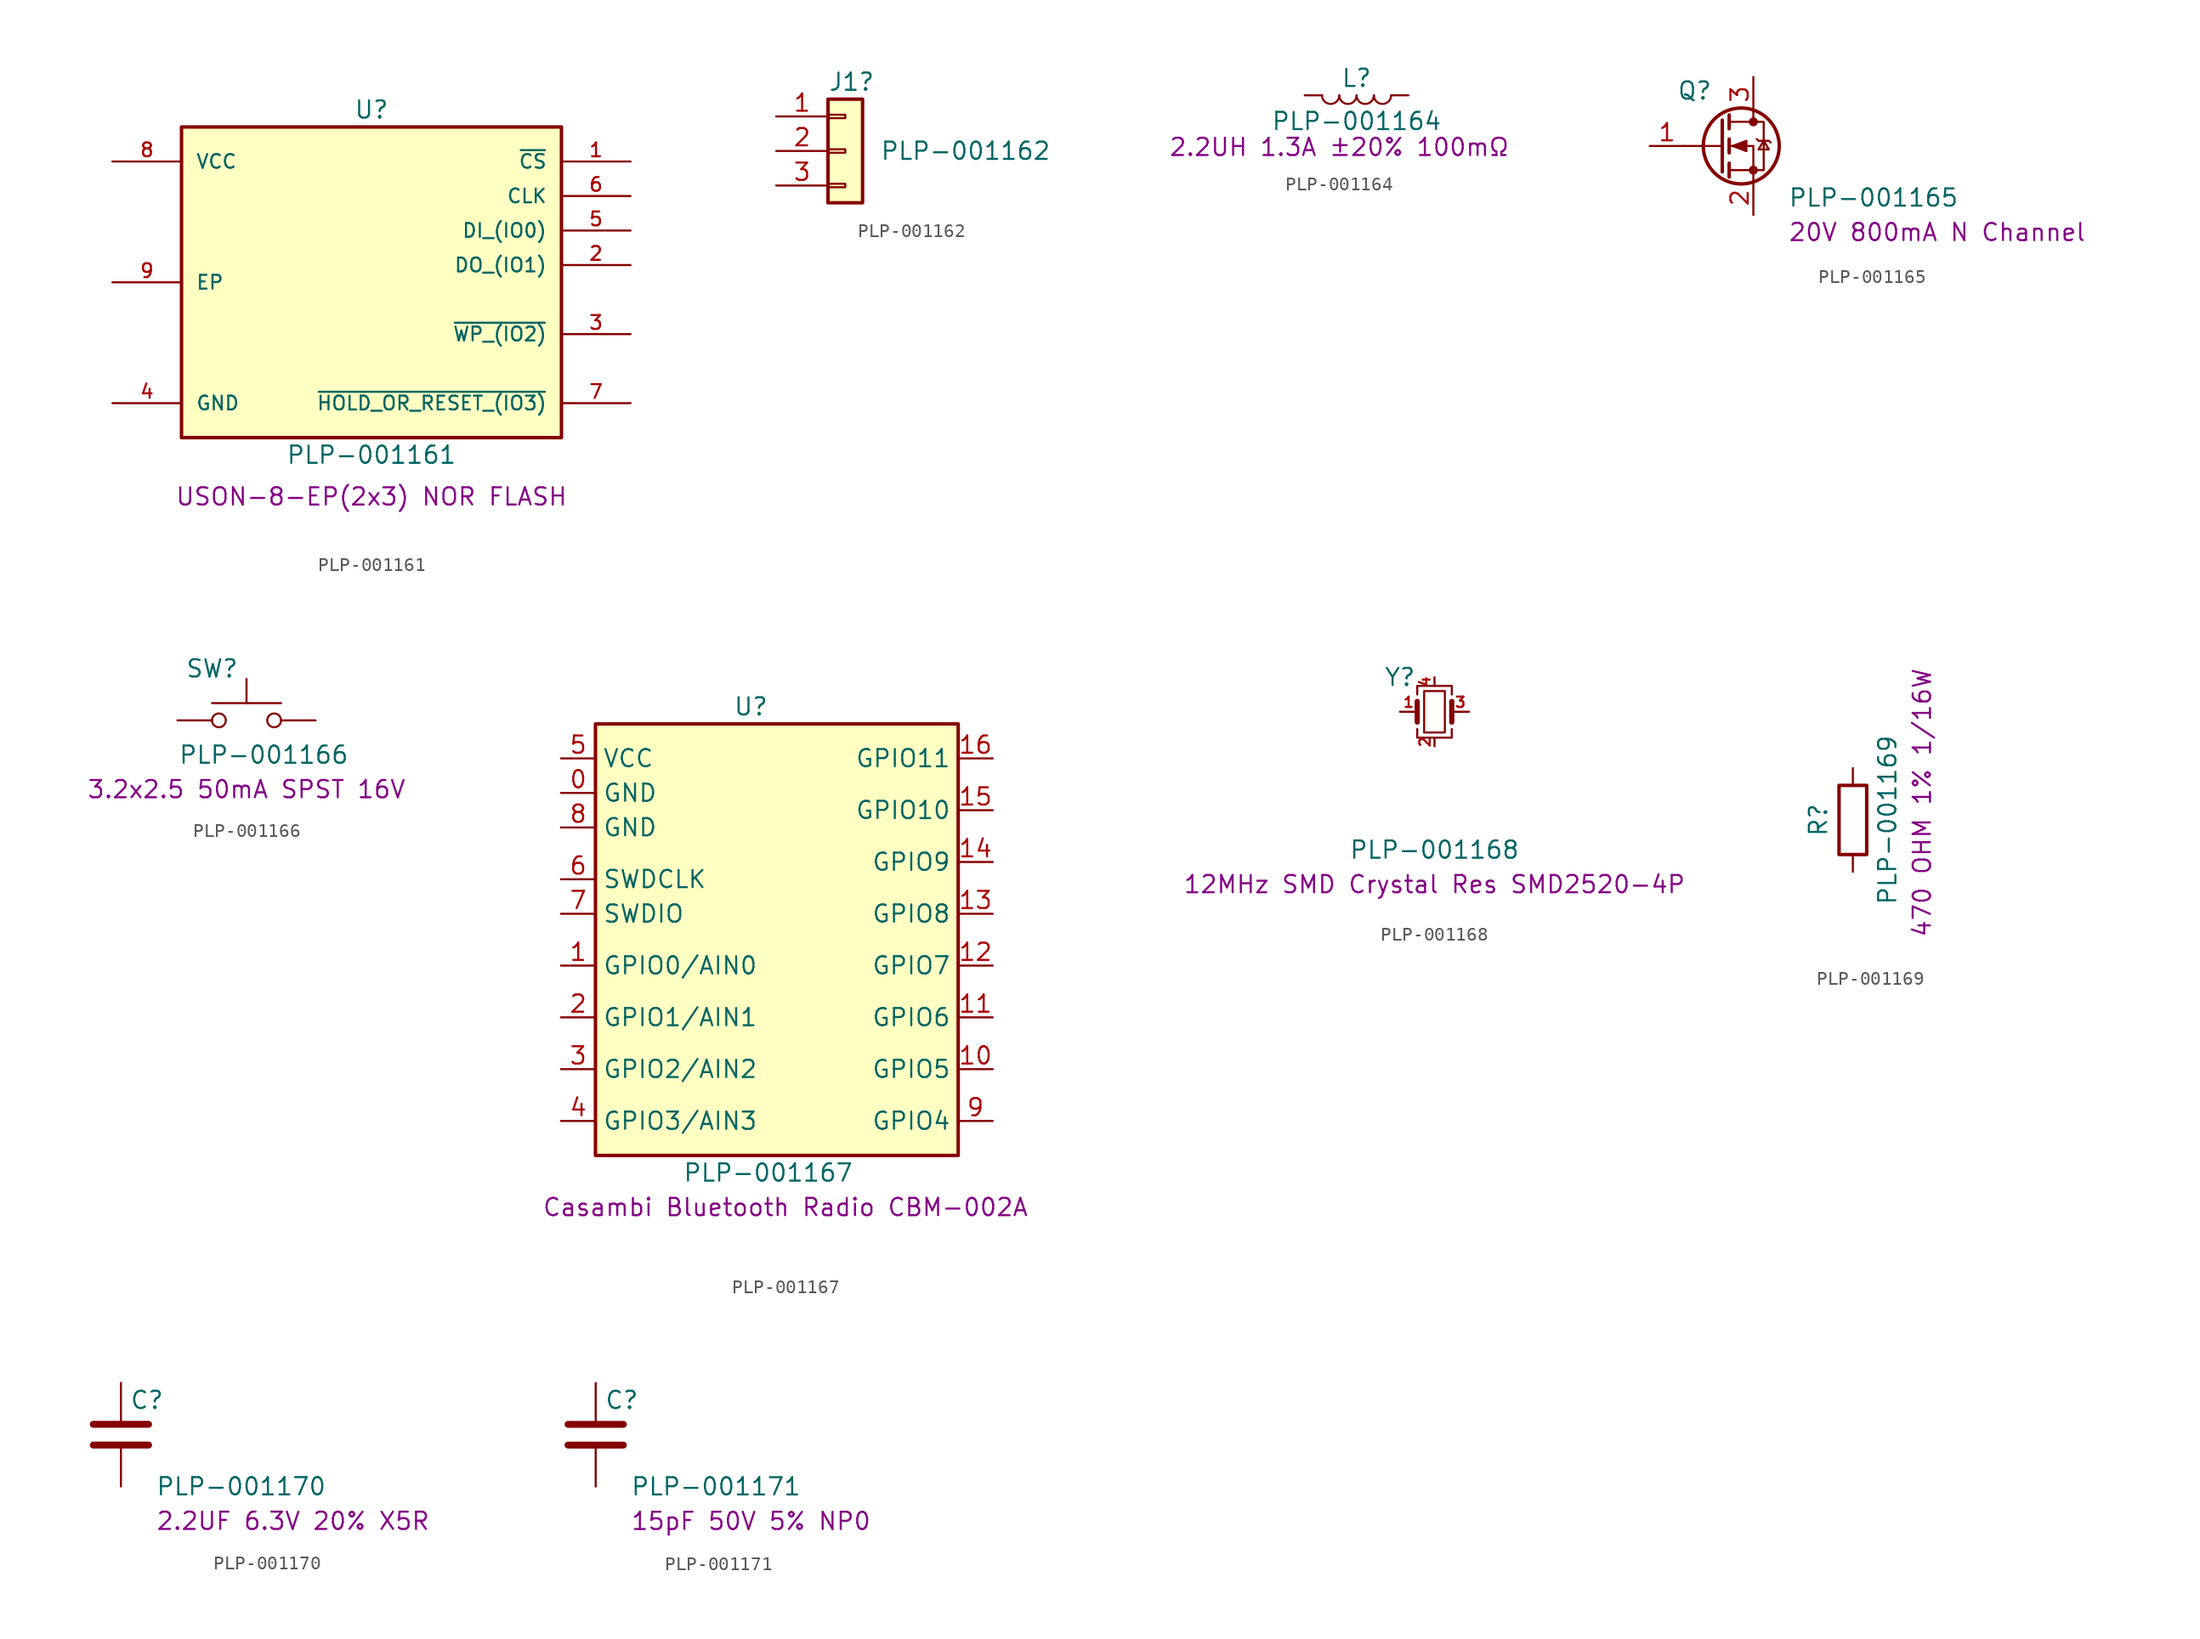
<source format=kicad_sym>
(kicad_symbol_lib
  (version 20241209)
  (generator "kicad_symbol_editor")
  (generator_version "9.0")
  (symbol "PLP-001161"
    (pin_names
      (offset 1.016))
    (property "Reference" "U"
      (at 19.05 3.81 0)
      (effects (font (size 1.27 1.27))))
    (property "Value" "PLP-001161"
      (at 19.05 -21.59 0)
      (effects (font (size 1.27 1.27))))
    (property "Description" "USON-8-EP(2x3) NOR FLASH"
      (at 19.05 -25.4 0)
      (effects (font (size 1.27 1.27)) (justify bottom)))
    (symbol "PLP-001161_0_0"
      (rectangle (start 5.08 2.54) (end 33.02 -20.32) (stroke (width 0.254) (type default)) (fill (type background)))
      (pin bidirectional line (at 0 0 0) (length 5.08) (name "VCC" (effects (font (size 1.016 1.016)))) (number "8" (effects (font (size 1.016 1.016)))))
      (pin bidirectional line (at 0 -8.89 0) (length 5.08) (name "EP" (effects (font (size 1.016 1.016)))) (number "9" (effects (font (size 1.016 1.016)))))
      (pin bidirectional line (at 0 -17.78 0) (length 5.08) (name "GND" (effects (font (size 1.016 1.016)))) (number "4" (effects (font (size 1.016 1.016)))))
      (pin bidirectional line (at 38.1 0 180) (length 5.08) (name "~{CS}" (effects (font (size 1.016 1.016)))) (number "1" (effects (font (size 1.016 1.016)))))
      (pin bidirectional line (at 38.1 -2.54 180) (length 5.08) (name "CLK" (effects (font (size 1.016 1.016)))) (number "6" (effects (font (size 1.016 1.016)))))
      (pin bidirectional line (at 38.1 -5.08 180) (length 5.08) (name "DI_(IO0)" (effects (font (size 1.016 1.016)))) (number "5" (effects (font (size 1.016 1.016)))))
      (pin bidirectional line (at 38.1 -7.62 180) (length 5.08) (name "DO_(IO1)" (effects (font (size 1.016 1.016)))) (number "2" (effects (font (size 1.016 1.016)))))
      (pin bidirectional line (at 38.1 -12.7 180) (length 5.08) (name "~{WP_(IO2)}" (effects (font (size 1.016 1.016)))) (number "3" (effects (font (size 1.016 1.016)))))
      (pin bidirectional line (at 38.1 -17.78 180) (length 5.08) (name "~{HOLD_OR_RESET_(IO3)}" (effects (font (size 1.016 1.016)))) (number "7" (effects (font (size 1.016 1.016)))))))
  (symbol "PLP-001162"
    (pin_names
      (offset 1.016)
      (hide yes))
    (property "Reference" "J1"
      (at -1.27 5.08 0)
      (effects (font (size 1.27 1.27)) (justify left)))
    (property "Value" "PLP-001162"
      (at 2.54 0 0)
      (effects (font (size 1.27 1.27)) (justify left)))
    (symbol "PLP-001162_1_1"
      (rectangle (start -1.27 3.81) (end 1.27 -3.81) (stroke (width 0.254) (type default)) (fill (type background)))
      (rectangle (start -1.27 2.667) (end 0 2.413) (stroke (width 0.152) (type default)) (fill (type none)))
      (rectangle (start -1.27 0.127) (end 0 -0.127) (stroke (width 0.152) (type default)) (fill (type none)))
      (rectangle (start -1.27 -2.413) (end 0 -2.667) (stroke (width 0.152) (type default)) (fill (type none)))
      (pin passive line (at -5.08 2.54 0) (length 3.81) (name "Pin_1" (effects (font (size 1.27 1.27)))) (number "1" (effects (font (size 1.27 1.27)))))
      (pin passive line (at -5.08 0 0) (length 3.81) (name "Pin_2" (effects (font (size 1.27 1.27)))) (number "2" (effects (font (size 1.27 1.27)))))
      (pin passive line (at -5.08 -2.54 0) (length 3.81) (name "Pin_3" (effects (font (size 1.27 1.27)))) (number "3" (effects (font (size 1.27 1.27)))))))
  (symbol "PLP-001164"
    (pin_numbers
      (hide yes))
    (pin_names
      (offset 1.016)
      (hide yes))
    (property "Reference" "L"
      (at 2.54 3.81 0)
      (effects (font (size 1.27 1.27))))
    (property "Value" "PLP-001164"
      (at 2.54 0.635 0)
      (effects (font (size 1.27 1.27))))
    (property "Info" "2.2UH 1.3A ±20% 100mΩ"
      (at 1.27 -1.27 0)
      (effects (font (size 1.27 1.27))))
    (symbol "PLP-001164_0_1"
      (arc (start 1.27 2.54) (mid 0.635 1.9077) (end 0 2.54) (stroke (width 0) (type default)) (fill (type none)))
      (arc (start 2.54 2.54) (mid 1.905 1.9077) (end 1.27 2.54) (stroke (width 0) (type default)) (fill (type none)))
      (arc (start 3.81 2.54) (mid 3.175 1.9077) (end 2.54 2.54) (stroke (width 0) (type default)) (fill (type none)))
      (arc (start 5.08 2.54) (mid 4.445 1.9077) (end 3.81 2.54) (stroke (width 0) (type default)) (fill (type none))))
    (symbol "PLP-001164_1_1"
      (pin passive line (at -1.27 2.54 0) (length 1.27) (name "2" (effects (font (size 1.27 1.27)))) (number "2" (effects (font (size 1.27 1.27)))))
      (pin passive line (at 6.35 2.54 180) (length 1.27) (name "1" (effects (font (size 1.27 1.27)))) (number "1" (effects (font (size 1.27 1.27)))))))
  (symbol "PLP-001165"
    (pin_names
      (hide yes))
    (property "Reference" "Q"
      (at -1.778 4.064 0)
      (effects (font (size 1.27 1.27))))
    (property "Value" "PLP-001165"
      (at 5.08 -3.81 0)
      (effects (font (size 1.27 1.27)) (justify left)))
    (property "Info" "20V 800mA N Channel "
      (at 5.08 -6.35 0)
      (effects (font (size 1.27 1.27)) (justify left)))
    (symbol "PLP-001165_0_1"
      (polyline (pts (xy 0.254 1.905) (xy 0.254 -1.905)) (stroke (width 0.254) (type default)) (fill (type none)))
      (polyline (pts (xy 0.254 0) (xy -2.54 0)) (stroke (width 0) (type default)) (fill (type none)))
      (polyline (pts (xy 0.762 2.286) (xy 0.762 1.27)) (stroke (width 0.254) (type default)) (fill (type none)))
      (polyline (pts (xy 0.762 0.508) (xy 0.762 -0.508)) (stroke (width 0.254) (type default)) (fill (type none)))
      (polyline (pts (xy 0.762 -1.27) (xy 0.762 -2.286)) (stroke (width 0.254) (type default)) (fill (type none)))
      (polyline (pts (xy 0.762 -1.778) (xy 3.302 -1.778) (xy 3.302 1.778) (xy 0.762 1.778)) (stroke (width 0) (type default)) (fill (type none)))
      (polyline (pts (xy 1.016 0) (xy 2.032 0.381) (xy 2.032 -0.381) (xy 1.016 0)) (stroke (width 0) (type default)) (fill (type outline)))
      (circle (center 1.651 0) (radius 2.794) (stroke (width 0.254) (type default)) (fill (type none)))
      (polyline (pts (xy 2.54 2.54) (xy 2.54 1.778)) (stroke (width 0) (type default)) (fill (type none)))
      (circle (center 2.54 1.778) (radius 0.254) (stroke (width 0) (type default)) (fill (type outline)))
      (circle (center 2.54 -1.778) (radius 0.254) (stroke (width 0) (type default)) (fill (type outline)))
      (polyline (pts (xy 2.54 -2.54) (xy 2.54 0) (xy 0.762 0)) (stroke (width 0) (type default)) (fill (type none)))
      (polyline (pts (xy 2.794 0.508) (xy 2.921 0.381) (xy 3.683 0.381) (xy 3.81 0.254)) (stroke (width 0) (type default)) (fill (type none)))
      (polyline (pts (xy 3.302 0.381) (xy 2.921 -0.254) (xy 3.683 -0.254) (xy 3.302 0.381)) (stroke (width 0) (type default)) (fill (type none))))
    (symbol "PLP-001165_1_1"
      (pin input line (at -5.08 0 0) (length 2.54) (name "G" (effects (font (size 1.27 1.27)))) (number "1" (effects (font (size 1.27 1.27)))))
      (pin passive line (at 2.54 5.08 270) (length 2.54) (name "D" (effects (font (size 1.27 1.27)))) (number "3" (effects (font (size 1.27 1.27)))))
      (pin passive line (at 2.54 -5.08 90) (length 2.54) (name "S" (effects (font (size 1.27 1.27)))) (number "2" (effects (font (size 1.27 1.27)))))))
  (symbol "PLP-001166"
    (pin_numbers
      (hide yes))
    (pin_names
      (offset 1.016)
      (hide yes))
    (property "Reference" "SW"
      (at -2.54 3.81 0)
      (effects (font (size 1.27 1.27))))
    (property "Value" "PLP-001166"
      (at 1.27 -2.54 0)
      (effects (font (size 1.27 1.27))))
    (property "Info" "3.2x2.5 50mA SPST 16V"
      (at 0 -5.08 0)
      (effects (font (size 1.27 1.27))))
    (symbol "PLP-001166_0_1"
      (circle (center -2.032 0) (radius 0.508) (stroke (width 0) (type default)) (fill (type none)))
      (polyline (pts (xy 0 1.27) (xy 0 3.048)) (stroke (width 0) (type default)) (fill (type none)))
      (circle (center 2.032 0) (radius 0.508) (stroke (width 0) (type default)) (fill (type none)))
      (polyline (pts (xy 2.54 1.27) (xy -2.54 1.27)) (stroke (width 0) (type default)) (fill (type none)))
      (pin passive line (at -5.08 0 0) (length 2.54) (name "1" (effects (font (size 1.27 1.27)))) (number "1" (effects (font (size 1.27 1.27)))))
      (pin passive line (at 5.08 0 180) (length 2.54) (name "2" (effects (font (size 1.27 1.27)))) (number "2" (effects (font (size 1.27 1.27)))))))
  (symbol "PLP-001167"
    (property "Reference" "U"
      (at -1.27 16.51 0)
      (effects (font (size 1.27 1.27))))
    (property "Value" "PLP-001167"
      (at 0 -17.78 0)
      (effects (font (size 1.27 1.27))))
    (property "Info" "Casambi Bluetooth Radio CBM-002A"
      (at 1.27 -20.32 0)
      (effects (font (size 1.27 1.27))))
    (symbol "PLP-001167_0_1"
      (rectangle (start -12.7 15.24) (end 13.97 -16.51) (stroke (width 0.254) (type default)) (fill (type background))))
    (symbol "PLP-001167_1_1"
      (pin input line (at -15.24 12.7 0) (length 2.54) (name "VCC" (effects (font (size 1.27 1.27)))) (number "5" (effects (font (size 1.27 1.27)))))
      (pin input line (at -15.24 10.16 0) (length 2.54) (name "GND" (effects (font (size 1.27 1.27)))) (number "0" (effects (font (size 1.27 1.27)))))
      (pin input line (at -15.24 7.62 0) (length 2.54) (name "GND" (effects (font (size 1.27 1.27)))) (number "8" (effects (font (size 1.27 1.27)))))
      (pin input line (at -15.24 3.81 0) (length 2.54) (name "SWDCLK" (effects (font (size 1.27 1.27)))) (number "6" (effects (font (size 1.27 1.27)))))
      (pin input line (at -15.24 1.27 0) (length 2.54) (name "SWDIO" (effects (font (size 1.27 1.27)))) (number "7" (effects (font (size 1.27 1.27)))))
      (pin input line (at -15.24 -2.54 0) (length 2.54) (name "GPIO0/AIN0" (effects (font (size 1.27 1.27)))) (number "1" (effects (font (size 1.27 1.27)))))
      (pin input line (at -15.24 -6.35 0) (length 2.54) (name "GPIO1/AIN1" (effects (font (size 1.27 1.27)))) (number "2" (effects (font (size 1.27 1.27)))))
      (pin input line (at -15.24 -10.16 0) (length 2.54) (name "GPIO2/AIN2" (effects (font (size 1.27 1.27)))) (number "3" (effects (font (size 1.27 1.27)))))
      (pin input line (at -15.24 -13.97 0) (length 2.54) (name "GPIO3/AIN3" (effects (font (size 1.27 1.27)))) (number "4" (effects (font (size 1.27 1.27)))))
      (pin input line (at 16.51 12.7 180) (length 2.54) (name "GPIO11" (effects (font (size 1.27 1.27)))) (number "16" (effects (font (size 1.27 1.27)))))
      (pin input line (at 16.51 8.89 180) (length 2.54) (name "GPIO10" (effects (font (size 1.27 1.27)))) (number "15" (effects (font (size 1.27 1.27)))))
      (pin input line (at 16.51 5.08 180) (length 2.54) (name "GPIO9" (effects (font (size 1.27 1.27)))) (number "14" (effects (font (size 1.27 1.27)))))
      (pin input line (at 16.51 1.27 180) (length 2.54) (name "GPIO8" (effects (font (size 1.27 1.27)))) (number "13" (effects (font (size 1.27 1.27)))))
      (pin input line (at 16.51 -2.54 180) (length 2.54) (name "GPIO7" (effects (font (size 1.27 1.27)))) (number "12" (effects (font (size 1.27 1.27)))))
      (pin input line (at 16.51 -6.35 180) (length 2.54) (name "GPIO6" (effects (font (size 1.27 1.27)))) (number "11" (effects (font (size 1.27 1.27)))))
      (pin input line (at 16.51 -10.16 180) (length 2.54) (name "GPIO5" (effects (font (size 1.27 1.27)))) (number "10" (effects (font (size 1.27 1.27)))))
      (pin input line (at 16.51 -13.97 180) (length 2.54) (name "GPIO4" (effects (font (size 1.27 1.27)))) (number "9" (effects (font (size 1.27 1.27)))))))
  (symbol "PLP-001168"
    (pin_names
      (offset 1.016)
      (hide yes))
    (property "Reference" "Y"
      (at -2.54 2.54 0)
      (effects (font (size 1.27 1.27))))
    (property "Value" "PLP-001168"
      (at 0 -10.16 0)
      (effects (font (size 1.27 1.27))))
    (property "Info" "12MHz SMD Crystal Res SMD2520-4P"
      (at 0 -12.7 0)
      (effects (font (size 1.27 1.27))))
    (symbol "PLP-001168_0_1"
      (polyline (pts (xy -1.27 1.27) (xy -1.27 1.905) (xy 1.27 1.905) (xy 1.27 1.27)) (stroke (width 0) (type default)) (fill (type none)))
      (polyline (pts (xy -1.27 -0.762) (xy -1.27 0.762)) (stroke (width 0.381) (type default)) (fill (type none)))
      (polyline (pts (xy -1.27 -1.27) (xy -1.27 -1.905) (xy 1.27 -1.905) (xy 1.27 -1.27)) (stroke (width 0) (type default)) (fill (type none)))
      (rectangle (start -0.762 -1.524) (end 0.762 1.524) (stroke (width 0) (type default)) (fill (type none)))
      (polyline (pts (xy 1.27 -0.762) (xy 1.27 0.762)) (stroke (width 0.381) (type default)) (fill (type none))))
    (symbol "PLP-001168_1_1"
      (pin passive line (at -2.54 0 0) (length 1.27) (name "1" (effects (font (size 1.27 1.27)))) (number "1" (effects (font (size 0.762 0.762)))))
      (pin passive line (at 0 2.54 270) (length 0.635) (name "4" (effects (font (size 1.27 1.27)))) (number "4" (effects (font (size 0.762 0.762)))))
      (pin passive line (at 0 -2.54 90) (length 0.635) (name "2" (effects (font (size 1.27 1.27)))) (number "2" (effects (font (size 0.762 0.762)))))
      (pin passive line (at 2.54 0 180) (length 1.27) (name "3" (effects (font (size 1.27 1.27)))) (number "3" (effects (font (size 0.762 0.762)))))))
  (symbol "PLP-001169"
    (pin_numbers
      (hide yes))
    (pin_names
      (offset 0))
    (property "Reference" "R"
      (at -2.54 0 90)
      (effects (font (size 1.27 1.27))))
    (property "Value" "PLP-001169"
      (at 2.54 0 90)
      (effects (font (size 1.27 1.27))))
    (property "Info" "470 OHM 1% 1/16W"
      (at 5.08 1.27 90)
      (effects (font (size 1.27 1.27))))
    (symbol "PLP-001169_0_1"
      (rectangle (start -1.016 -2.54) (end 1.016 2.54) (stroke (width 0.254) (type default)) (fill (type none))))
    (symbol "PLP-001169_1_1"
      (pin passive line (at 0 3.81 270) (length 1.27) (name "~" (effects (font (size 1.27 1.27)))) (number "1" (effects (font (size 1.27 1.27)))))
      (pin passive line (at 0 -3.81 90) (length 1.27) (name "~" (effects (font (size 1.27 1.27)))) (number "2" (effects (font (size 1.27 1.27)))))))
  (symbol "PLP-001170"
    (pin_numbers
      (hide yes))
    (pin_names
      (offset 0.254))
    (property "Reference" "C"
      (at 0.635 2.54 0)
      (effects (font (size 1.27 1.27)) (justify left)))
    (property "Value" "PLP-001170"
      (at 2.54 -3.81 0)
      (effects (font (size 1.27 1.27)) (justify left)))
    (property "Info" "2.2UF 6.3V 20% X5R "
      (at 2.54 -6.35 0)
      (effects (font (size 1.27 1.27)) (justify left)))
    (symbol "PLP-001170_0_1"
      (polyline (pts (xy -2.032 0.762) (xy 2.032 0.762)) (stroke (width 0.508) (type default)) (fill (type none)))
      (polyline (pts (xy -2.032 -0.762) (xy 2.032 -0.762)) (stroke (width 0.508) (type default)) (fill (type none))))
    (symbol "PLP-001170_1_1"
      (pin passive line (at 0 3.81 270) (length 2.794) (name "~" (effects (font (size 1.27 1.27)))) (number "1" (effects (font (size 1.27 1.27)))))
      (pin passive line (at 0 -3.81 90) (length 2.794) (name "~" (effects (font (size 1.27 1.27)))) (number "2" (effects (font (size 1.27 1.27)))))))
  (symbol "PLP-001171"
    (pin_numbers
      (hide yes))
    (pin_names
      (offset 0.254))
    (property "Reference" "C"
      (at 0.635 2.54 0)
      (effects (font (size 1.27 1.27)) (justify left)))
    (property "Value" "PLP-001171"
      (at 2.54 -3.81 0)
      (effects (font (size 1.27 1.27)) (justify left)))
    (property "Info" "15pF 50V 5% NP0"
      (at 2.54 -6.35 0)
      (effects (font (size 1.27 1.27)) (justify left)))
    (symbol "PLP-001171_0_1"
      (polyline (pts (xy -2.032 0.762) (xy 2.032 0.762)) (stroke (width 0.508) (type default)) (fill (type none)))
      (polyline (pts (xy -2.032 -0.762) (xy 2.032 -0.762)) (stroke (width 0.508) (type default)) (fill (type none))))
    (symbol "PLP-001171_1_1"
      (pin passive line (at 0 3.81 270) (length 2.794) (name "~" (effects (font (size 1.27 1.27)))) (number "1" (effects (font (size 1.27 1.27)))))
      (pin passive line (at 0 -3.81 90) (length 2.794) (name "~" (effects (font (size 1.27 1.27)))) (number "2" (effects (font (size 1.27 1.27))))))))
</source>
